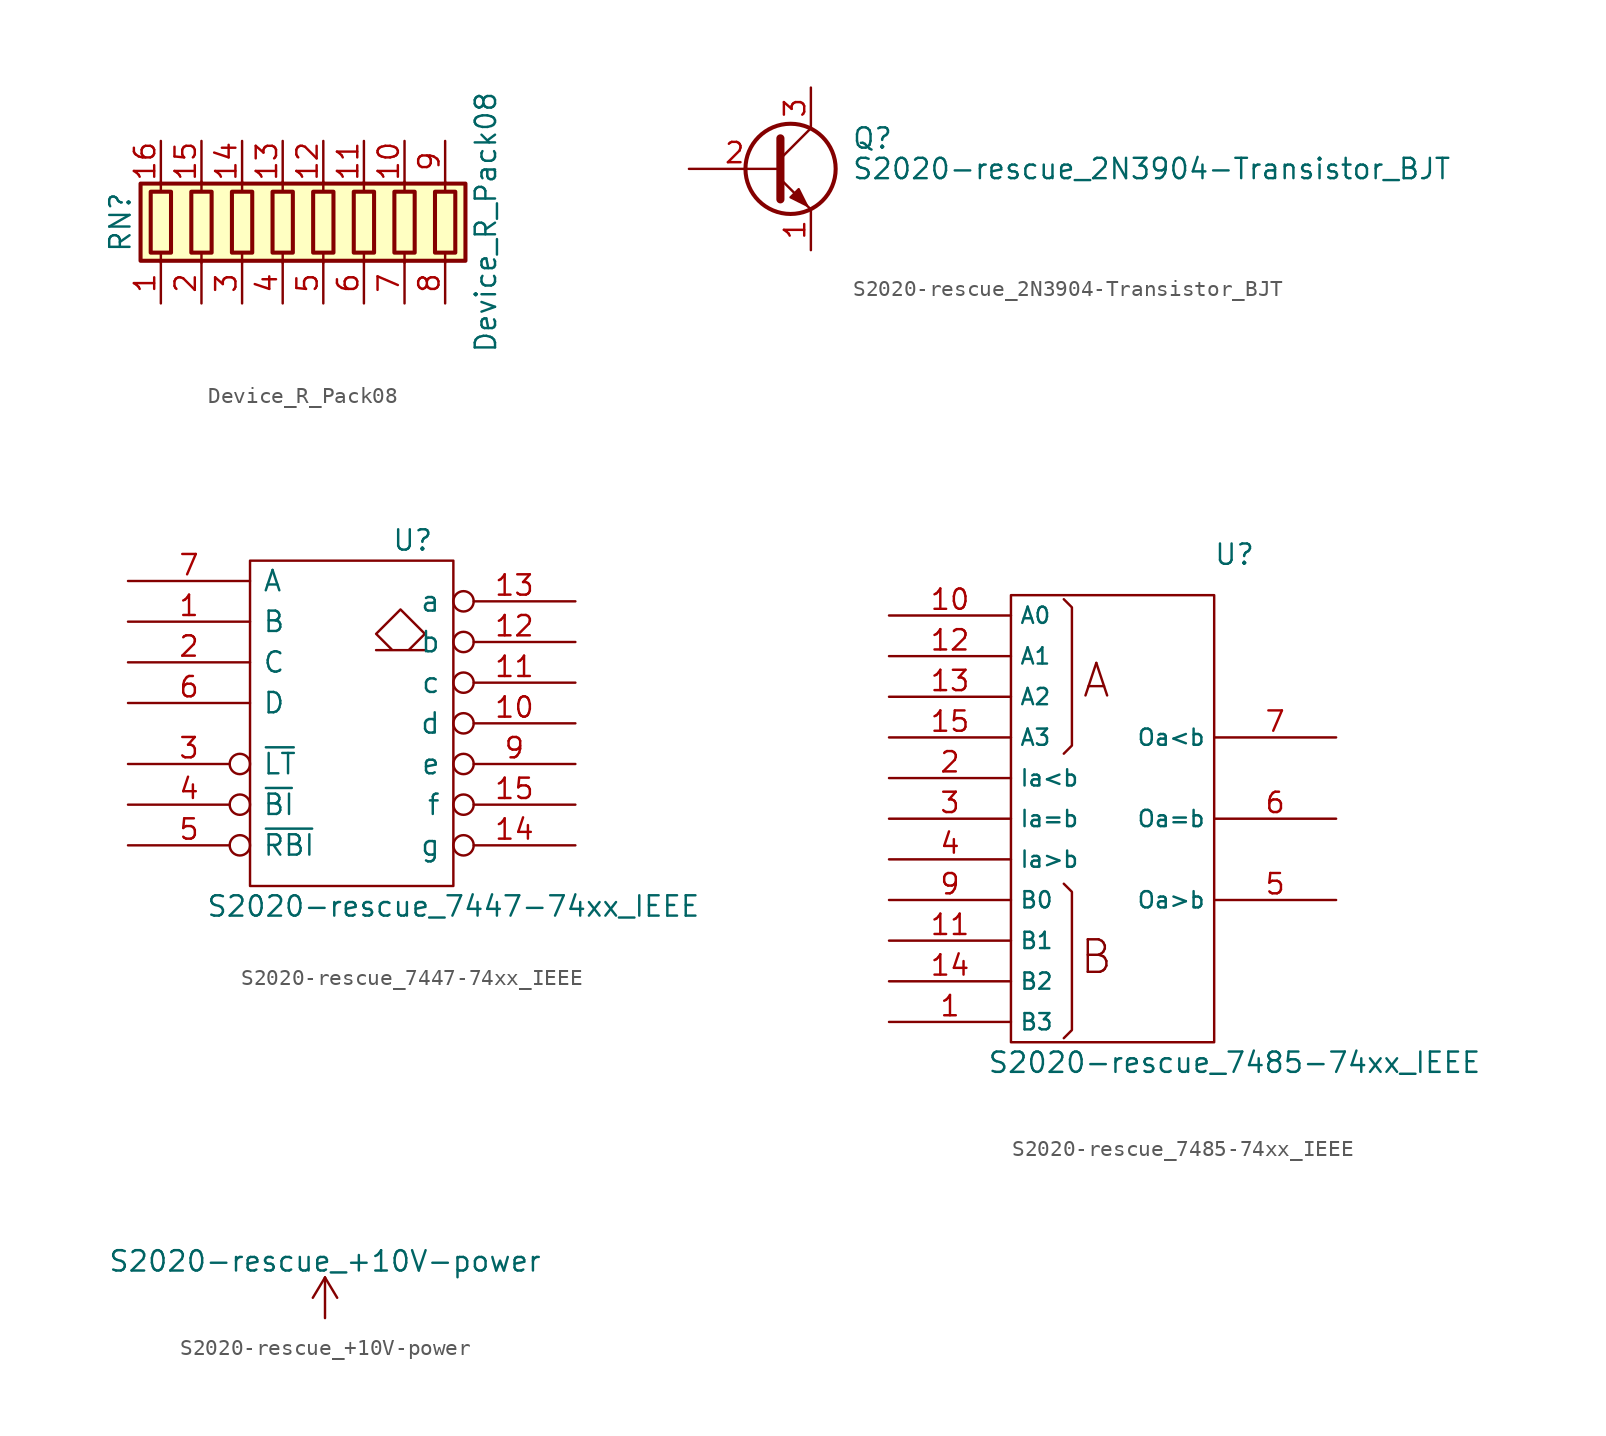
<source format=kicad_sym>
(kicad_symbol_lib
  (version 20220914)
  (generator kicad_symbol_editor)
  (symbol "Device_R_Pack08"
    (pin_names
      (offset 0) hide)
    (property "Reference" "RN"
      (at -12.7 0 90)
      (effects (font (size 1.27 1.27))))
    (property "Value" "Device_R_Pack08"
      (at 10.16 0 90)
      (effects (font (size 1.27 1.27))))
    (symbol "Device_R_Pack08_0_1"
      (rectangle (start -11.43 -2.413) (end 8.89 2.413) (stroke (width 0.254) (type solid)) (fill (type background)))
      (rectangle (start -10.795 1.905) (end -9.525 -1.905) (stroke (width 0.254) (type solid)) (fill (type none)))
      (rectangle (start -8.255 1.905) (end -6.985 -1.905) (stroke (width 0.254) (type solid)) (fill (type none)))
      (rectangle (start -5.715 1.905) (end -4.445 -1.905) (stroke (width 0.254) (type solid)) (fill (type none)))
      (rectangle (start -3.175 1.905) (end -1.905 -1.905) (stroke (width 0.254) (type solid)) (fill (type none)))
      (rectangle (start -0.635 1.905) (end 0.635 -1.905) (stroke (width 0.254) (type solid)) (fill (type none)))
      (polyline (pts (xy -10.16 -2.54) (xy -10.16 -1.905)) (stroke (width 0) (type solid)) (fill (type none)))
      (polyline (pts (xy -10.16 1.905) (xy -10.16 2.54)) (stroke (width 0) (type solid)) (fill (type none)))
      (polyline (pts (xy -7.62 -2.54) (xy -7.62 -1.905)) (stroke (width 0) (type solid)) (fill (type none)))
      (polyline (pts (xy -7.62 1.905) (xy -7.62 2.54)) (stroke (width 0) (type solid)) (fill (type none)))
      (polyline (pts (xy -5.08 -2.54) (xy -5.08 -1.905)) (stroke (width 0) (type solid)) (fill (type none)))
      (polyline (pts (xy -5.08 1.905) (xy -5.08 2.54)) (stroke (width 0) (type solid)) (fill (type none)))
      (polyline (pts (xy -2.54 -2.54) (xy -2.54 -1.905)) (stroke (width 0) (type solid)) (fill (type none)))
      (polyline (pts (xy -2.54 1.905) (xy -2.54 2.54)) (stroke (width 0) (type solid)) (fill (type none)))
      (polyline (pts (xy 0 -2.54) (xy 0 -1.905)) (stroke (width 0) (type solid)) (fill (type none)))
      (polyline (pts (xy 0 1.905) (xy 0 2.54)) (stroke (width 0) (type solid)) (fill (type none)))
      (polyline (pts (xy 2.54 -2.54) (xy 2.54 -1.905)) (stroke (width 0) (type solid)) (fill (type none)))
      (polyline (pts (xy 2.54 1.905) (xy 2.54 2.54)) (stroke (width 0) (type solid)) (fill (type none)))
      (polyline (pts (xy 5.08 -2.54) (xy 5.08 -1.905)) (stroke (width 0) (type solid)) (fill (type none)))
      (polyline (pts (xy 5.08 1.905) (xy 5.08 2.54)) (stroke (width 0) (type solid)) (fill (type none)))
      (polyline (pts (xy 7.62 -2.54) (xy 7.62 -1.905)) (stroke (width 0) (type solid)) (fill (type none)))
      (polyline (pts (xy 7.62 1.905) (xy 7.62 2.54)) (stroke (width 0) (type solid)) (fill (type none)))
      (rectangle (start 1.905 1.905) (end 3.175 -1.905) (stroke (width 0.254) (type solid)) (fill (type none)))
      (rectangle (start 4.445 1.905) (end 5.715 -1.905) (stroke (width 0.254) (type solid)) (fill (type none)))
      (rectangle (start 6.985 1.905) (end 8.255 -1.905) (stroke (width 0.254) (type solid)) (fill (type none))))
    (symbol "Device_R_Pack08_1_1"
      (pin passive line (at -10.16 -5.08 90) (length 2.54) (name "R1.1" (effects (font (size 1.27 1.27)))) (number "1" (effects (font (size 1.27 1.27)))))
      (pin passive line (at 5.08 5.08 270) (length 2.54) (name "R7.2" (effects (font (size 1.27 1.27)))) (number "10" (effects (font (size 1.27 1.27)))))
      (pin passive line (at 2.54 5.08 270) (length 2.54) (name "R6.2" (effects (font (size 1.27 1.27)))) (number "11" (effects (font (size 1.27 1.27)))))
      (pin passive line (at 0 5.08 270) (length 2.54) (name "R5.2" (effects (font (size 1.27 1.27)))) (number "12" (effects (font (size 1.27 1.27)))))
      (pin passive line (at -2.54 5.08 270) (length 2.54) (name "R4.2" (effects (font (size 1.27 1.27)))) (number "13" (effects (font (size 1.27 1.27)))))
      (pin passive line (at -5.08 5.08 270) (length 2.54) (name "R3.2" (effects (font (size 1.27 1.27)))) (number "14" (effects (font (size 1.27 1.27)))))
      (pin passive line (at -7.62 5.08 270) (length 2.54) (name "R2.2" (effects (font (size 1.27 1.27)))) (number "15" (effects (font (size 1.27 1.27)))))
      (pin passive line (at -10.16 5.08 270) (length 2.54) (name "R1.2" (effects (font (size 1.27 1.27)))) (number "16" (effects (font (size 1.27 1.27)))))
      (pin passive line (at -7.62 -5.08 90) (length 2.54) (name "R2.1" (effects (font (size 1.27 1.27)))) (number "2" (effects (font (size 1.27 1.27)))))
      (pin passive line (at -5.08 -5.08 90) (length 2.54) (name "R3.1" (effects (font (size 1.27 1.27)))) (number "3" (effects (font (size 1.27 1.27)))))
      (pin passive line (at -2.54 -5.08 90) (length 2.54) (name "R4.1" (effects (font (size 1.27 1.27)))) (number "4" (effects (font (size 1.27 1.27)))))
      (pin passive line (at 0 -5.08 90) (length 2.54) (name "R5.1" (effects (font (size 1.27 1.27)))) (number "5" (effects (font (size 1.27 1.27)))))
      (pin passive line (at 2.54 -5.08 90) (length 2.54) (name "R6.1" (effects (font (size 1.27 1.27)))) (number "6" (effects (font (size 1.27 1.27)))))
      (pin passive line (at 5.08 -5.08 90) (length 2.54) (name "R7.1" (effects (font (size 1.27 1.27)))) (number "7" (effects (font (size 1.27 1.27)))))
      (pin passive line (at 7.62 -5.08 90) (length 2.54) (name "R8.1" (effects (font (size 1.27 1.27)))) (number "8" (effects (font (size 1.27 1.27)))))
      (pin passive line (at 7.62 5.08 270) (length 2.54) (name "R8.2" (effects (font (size 1.27 1.27)))) (number "9" (effects (font (size 1.27 1.27)))))))
  (symbol "S2020-rescue_2N3904-Transistor_BJT"
    (pin_names
      (offset 0) hide)
    (property "Reference" "Q"
      (at 5.08 1.905 0)
      (effects (font (size 1.27 1.27)) (justify left)))
    (property "Value" "S2020-rescue_2N3904-Transistor_BJT"
      (at 5.08 0 0)
      (effects (font (size 1.27 1.27)) (justify left)))
    (symbol "S2020-rescue_2N3904-Transistor_BJT_0_1"
      (polyline (pts (xy 0.635 0.635) (xy 2.54 2.54)) (stroke (width 0) (type solid)) (fill (type none)))
      (polyline (pts (xy 0.635 -0.635) (xy 2.54 -2.54) (xy 2.54 -2.54)) (stroke (width 0) (type solid)) (fill (type none)))
      (polyline (pts (xy 0.635 1.905) (xy 0.635 -1.905) (xy 0.635 -1.905)) (stroke (width 0.508) (type solid)) (fill (type none)))
      (polyline (pts (xy 1.27 -1.778) (xy 1.778 -1.27) (xy 2.286 -2.286) (xy 1.27 -1.778) (xy 1.27 -1.778)) (stroke (width 0) (type solid)) (fill (type outline)))
      (circle (center 1.27 0) (radius 2.819) (stroke (width 0.254) (type solid)) (fill (type none))))
    (symbol "S2020-rescue_2N3904-Transistor_BJT_1_1"
      (pin passive line (at 2.54 -5.08 90) (length 2.54) (name "E" (effects (font (size 1.27 1.27)))) (number "1" (effects (font (size 1.27 1.27)))))
      (pin passive line (at -5.08 0 0) (length 5.715) (name "B" (effects (font (size 1.27 1.27)))) (number "2" (effects (font (size 1.27 1.27)))))
      (pin passive line (at 2.54 5.08 270) (length 2.54) (name "C" (effects (font (size 1.27 1.27)))) (number "3" (effects (font (size 1.27 1.27)))))))
  (symbol "S2020-rescue_7447-74xx_IEEE"
    (pin_names
      (offset 0.762))
    (property "Reference" "U"
      (at 3.81 11.43 0)
      (effects (font (size 1.27 1.27))))
    (property "Value" "S2020-rescue_7447-74xx_IEEE"
      (at 6.35 -11.43 0)
      (effects (font (size 1.27 1.27))))
    (symbol "S2020-rescue_7447-74xx_IEEE_0_0"
      (rectangle (start -6.35 10.16) (end 6.35 -10.16) (stroke (width 0) (type solid)) (fill (type none)))
      (polyline (pts (xy 3.556 4.572) (xy 4.572 5.588) (xy 3.048 7.112) (xy 1.524 5.588) (xy 2.54 4.572) (xy 1.524 4.572) (xy 4.572 4.572) (xy 4.572 4.572)) (stroke (width 0) (type solid)) (fill (type none)))
      (pin power_in line (at 0 10.16 270) (length 0) hide (name "VCC" (effects (font (size 1.27 1.27)))) (number "16" (effects (font (size 1.27 1.27)))))
      (pin power_in line (at 0 -10.16 90) (length 0) hide (name "GND" (effects (font (size 1.27 1.27)))) (number "8" (effects (font (size 1.27 1.27))))))
    (symbol "S2020-rescue_7447-74xx_IEEE_1_1"
      (pin input line (at -13.97 6.35 0) (length 7.62) (name "B" (effects (font (size 1.27 1.27)))) (number "1" (effects (font (size 1.27 1.27)))))
      (pin open_collector inverted (at 13.97 0 180) (length 7.62) (name "d" (effects (font (size 1.27 1.27)))) (number "10" (effects (font (size 1.27 1.27)))))
      (pin open_collector inverted (at 13.97 2.54 180) (length 7.62) (name "c" (effects (font (size 1.27 1.27)))) (number "11" (effects (font (size 1.27 1.27)))))
      (pin open_collector inverted (at 13.97 5.08 180) (length 7.62) (name "b" (effects (font (size 1.27 1.27)))) (number "12" (effects (font (size 1.27 1.27)))))
      (pin open_collector inverted (at 13.97 7.62 180) (length 7.62) (name "a" (effects (font (size 1.27 1.27)))) (number "13" (effects (font (size 1.27 1.27)))))
      (pin open_collector inverted (at 13.97 -7.62 180) (length 7.62) (name "g" (effects (font (size 1.27 1.27)))) (number "14" (effects (font (size 1.27 1.27)))))
      (pin open_collector inverted (at 13.97 -5.08 180) (length 7.62) (name "f" (effects (font (size 1.27 1.27)))) (number "15" (effects (font (size 1.27 1.27)))))
      (pin input line (at -13.97 3.81 0) (length 7.62) (name "C" (effects (font (size 1.27 1.27)))) (number "2" (effects (font (size 1.27 1.27)))))
      (pin input inverted (at -13.97 -2.54 0) (length 7.62) (name "~{LT}" (effects (font (size 1.27 1.27)))) (number "3" (effects (font (size 1.27 1.27)))))
      (pin input inverted (at -13.97 -5.08 0) (length 7.62) (name "~{BI}" (effects (font (size 1.27 1.27)))) (number "4" (effects (font (size 1.27 1.27)))))
      (pin input inverted (at -13.97 -7.62 0) (length 7.62) (name "~{RBI}" (effects (font (size 1.27 1.27)))) (number "5" (effects (font (size 1.27 1.27)))))
      (pin input line (at -13.97 1.27 0) (length 7.62) (name "D" (effects (font (size 1.27 1.27)))) (number "6" (effects (font (size 1.27 1.27)))))
      (pin input line (at -13.97 8.89 0) (length 7.62) (name "A" (effects (font (size 1.27 1.27)))) (number "7" (effects (font (size 1.27 1.27)))))
      (pin open_collector inverted (at 13.97 -2.54 180) (length 7.62) (name "e" (effects (font (size 1.27 1.27)))) (number "9" (effects (font (size 1.27 1.27)))))))
  (symbol "S2020-rescue_7485-74xx_IEEE"
    (property "Reference" "U"
      (at 7.62 16.51 0)
      (effects (font (size 1.27 1.27))))
    (property "Value" "S2020-rescue_7485-74xx_IEEE"
      (at 7.62 -15.24 0)
      (effects (font (size 1.27 1.27))))
    (symbol "S2020-rescue_7485-74xx_IEEE_0_0"
      (rectangle (start -6.35 13.97) (end 6.35 -13.97) (stroke (width 0) (type solid)) (fill (type none)))
      (polyline (pts (xy -3.048 -13.716) (xy -2.54 -13.208) (xy -2.54 -4.572) (xy -3.048 -4.064) (xy -3.048 -4.064)) (stroke (width 0) (type solid)) (fill (type none)))
      (polyline (pts (xy -3.048 13.716) (xy -2.54 13.208) (xy -2.54 4.572) (xy -3.048 4.064) (xy -3.048 4.064)) (stroke (width 0) (type solid)) (fill (type none)))
      (text "A" (at -1.016 8.636 0) (effects (font (size 2.032 2.032))))
      (text "B" (at -1.016 -8.636 0) (effects (font (size 2.032 2.032))))
      (pin power_in line (at 0 13.97 270) (length 0) hide (name "VCC" (effects (font (size 1.016 1.016)))) (number "16" (effects (font (size 1.27 1.27)))))
      (pin power_in line (at 0 -13.97 90) (length 0) hide (name "GND" (effects (font (size 1.016 1.016)))) (number "8" (effects (font (size 1.27 1.27))))))
    (symbol "S2020-rescue_7485-74xx_IEEE_1_1"
      (pin input line (at -13.97 -12.7 0) (length 7.62) (name "B3" (effects (font (size 1.016 1.016)))) (number "1" (effects (font (size 1.27 1.27)))))
      (pin input line (at -13.97 12.7 0) (length 7.62) (name "A0" (effects (font (size 1.016 1.016)))) (number "10" (effects (font (size 1.27 1.27)))))
      (pin input line (at -13.97 -7.62 0) (length 7.62) (name "B1" (effects (font (size 1.016 1.016)))) (number "11" (effects (font (size 1.27 1.27)))))
      (pin input line (at -13.97 10.16 0) (length 7.62) (name "A1" (effects (font (size 1.016 1.016)))) (number "12" (effects (font (size 1.27 1.27)))))
      (pin input line (at -13.97 7.62 0) (length 7.62) (name "A2" (effects (font (size 1.016 1.016)))) (number "13" (effects (font (size 1.27 1.27)))))
      (pin input line (at -13.97 -10.16 0) (length 7.62) (name "B2" (effects (font (size 1.016 1.016)))) (number "14" (effects (font (size 1.27 1.27)))))
      (pin input line (at -13.97 5.08 0) (length 7.62) (name "A3" (effects (font (size 1.016 1.016)))) (number "15" (effects (font (size 1.27 1.27)))))
      (pin input line (at -13.97 2.54 0) (length 7.62) (name "Ia<b" (effects (font (size 1.016 1.016)))) (number "2" (effects (font (size 1.27 1.27)))))
      (pin input line (at -13.97 0 0) (length 7.62) (name "Ia=b" (effects (font (size 1.016 1.016)))) (number "3" (effects (font (size 1.27 1.27)))))
      (pin input line (at -13.97 -2.54 0) (length 7.62) (name "Ia>b" (effects (font (size 1.016 1.016)))) (number "4" (effects (font (size 1.27 1.27)))))
      (pin output line (at 13.97 -5.08 180) (length 7.62) (name "Oa>b" (effects (font (size 1.016 1.016)))) (number "5" (effects (font (size 1.27 1.27)))))
      (pin output line (at 13.97 0 180) (length 7.62) (name "Oa=b" (effects (font (size 1.016 1.016)))) (number "6" (effects (font (size 1.27 1.27)))))
      (pin output line (at 13.97 5.08 180) (length 7.62) (name "Oa<b" (effects (font (size 1.016 1.016)))) (number "7" (effects (font (size 1.27 1.27)))))
      (pin input line (at -13.97 -5.08 0) (length 7.62) (name "B0" (effects (font (size 1.016 1.016)))) (number "9" (effects (font (size 1.27 1.27)))))))
  (symbol "S2020-rescue_+10V-power"
    (power)
    (pin_names
      (offset 0))
    (property "Reference" "#PWR"
      (at 0 -3.81 0)
      (effects (font (size 1.27 1.27)) hide))
    (property "Value" "S2020-rescue_+10V-power"
      (at 0 3.556 0)
      (effects (font (size 1.27 1.27))))
    (symbol "S2020-rescue_+10V-power_0_1"
      (polyline (pts (xy -0.762 1.27) (xy 0 2.54)) (stroke (width 0) (type solid)) (fill (type none)))
      (polyline (pts (xy 0 0) (xy 0 2.54)) (stroke (width 0) (type solid)) (fill (type none)))
      (polyline (pts (xy 0 2.54) (xy 0.762 1.27)) (stroke (width 0) (type solid)) (fill (type none))))
    (symbol "S2020-rescue_+10V-power_1_1"
      (pin power_in line (at 0 0 90) (length 0) hide (name "+10V" (effects (font (size 1.27 1.27)))) (number "1" (effects (font (size 1.27 1.27))))))))
</source>
